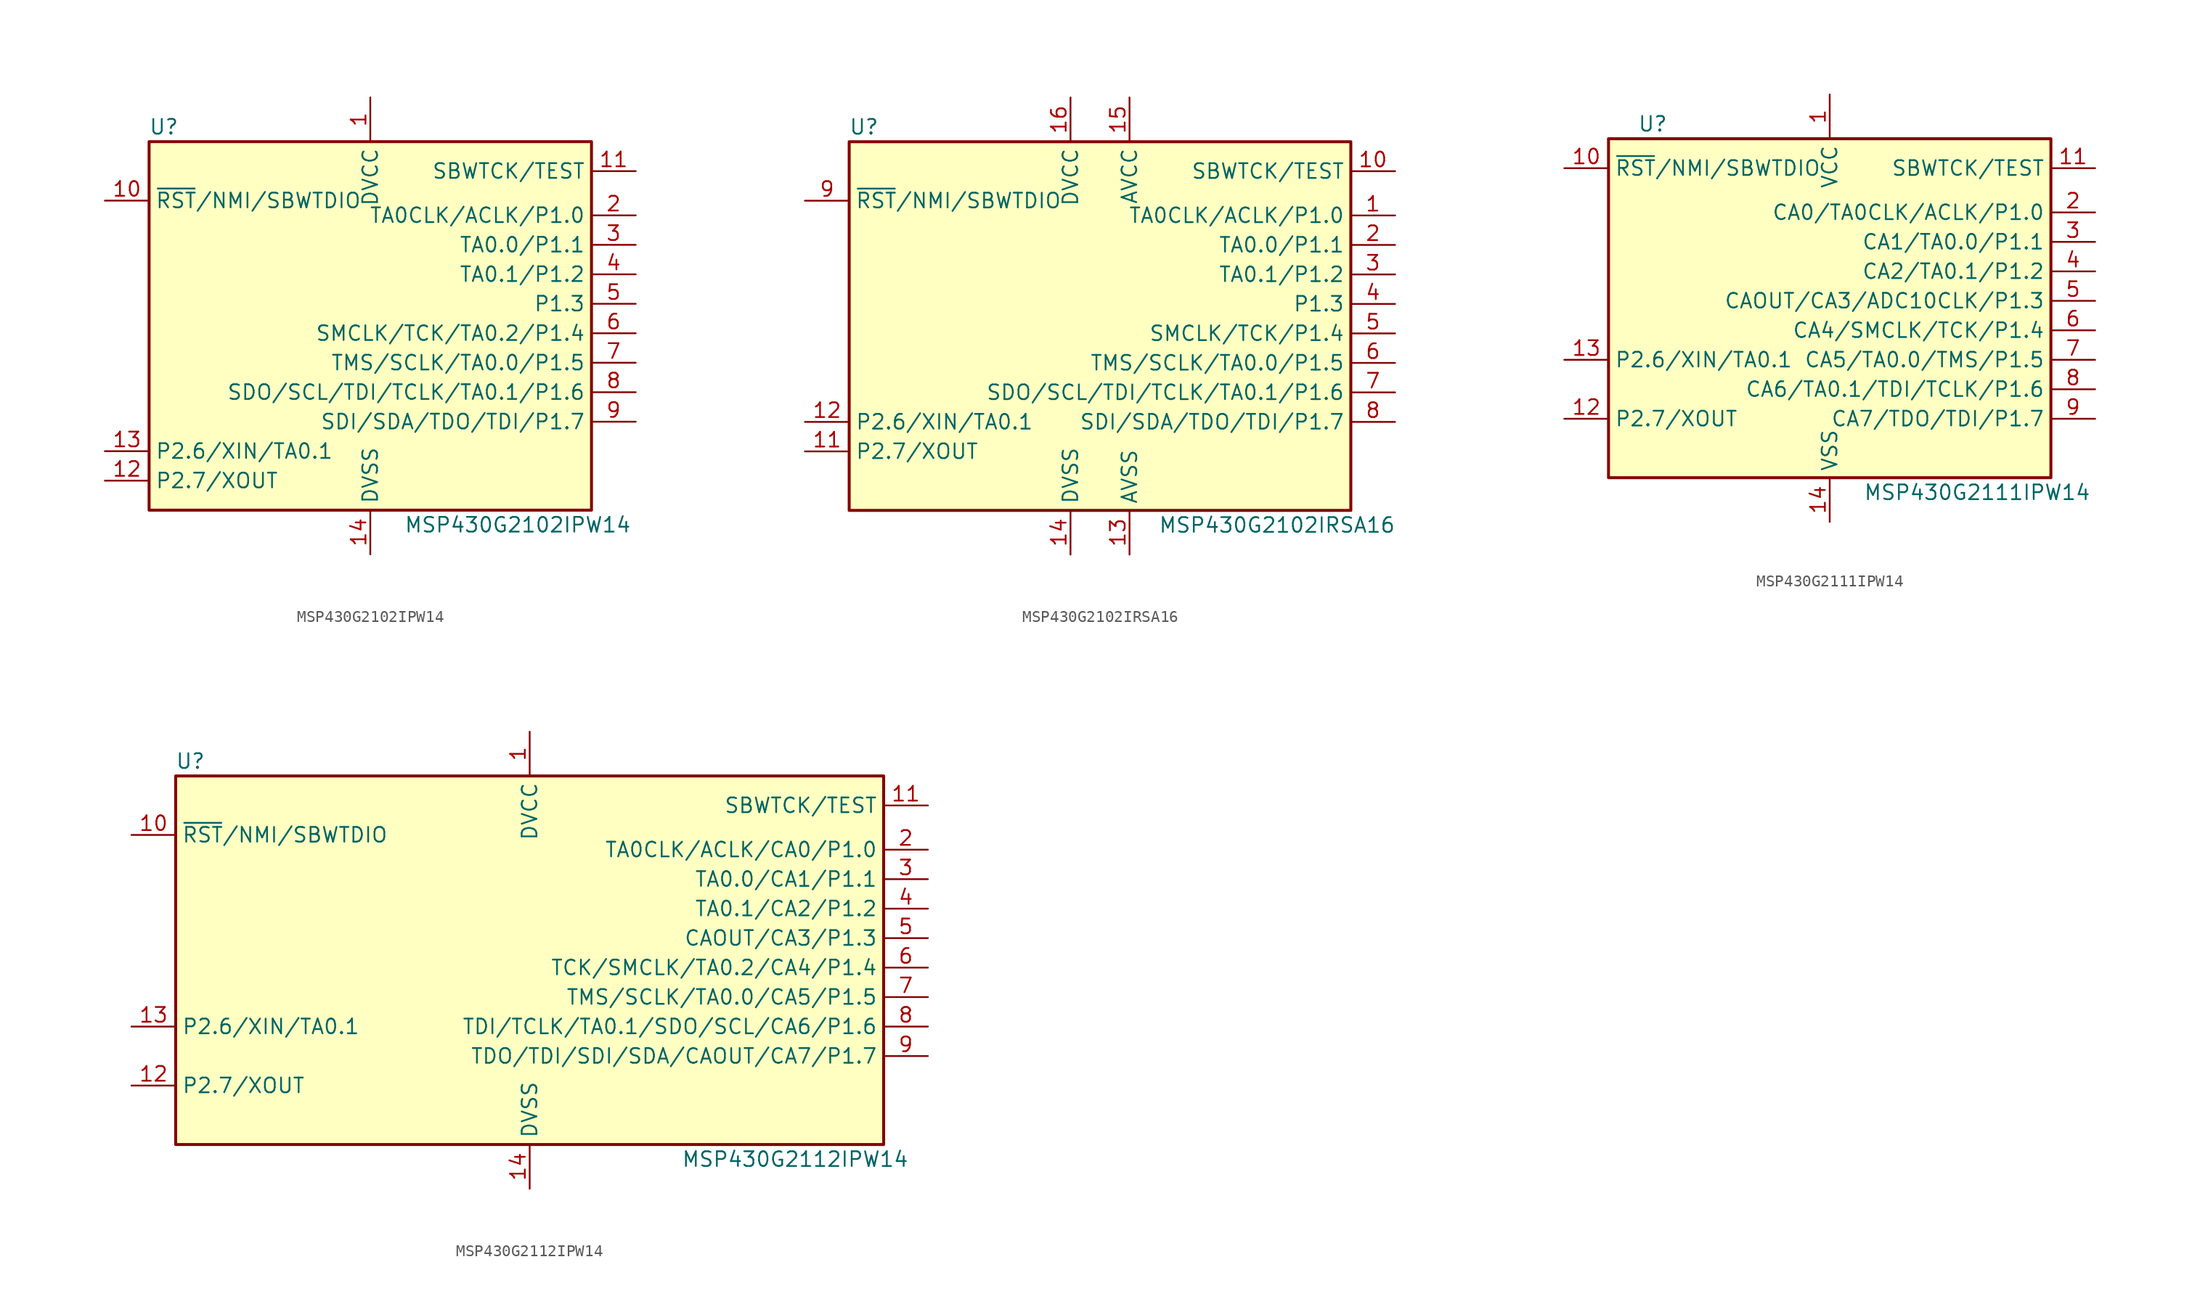
<source format=kicad_sym>
(kicad_symbol_lib
  (version 20201005)
  (generator kicad_symbol_editor)
  (symbol "MSP430G2102IPW14"
    (property "Reference" "U"
      (at -17.78 17.78 0)
      (effects (font (size 1.27 1.27))))
    (property "Value" "MSP430G2102IPW14"
      (at 12.7 -16.51 0)
      (effects (font (size 1.27 1.27))))
    (symbol "MSP430G2102IPW14_0_1"
      (rectangle (start -19.05 16.51) (end 19.05 -15.24) (stroke (width 0.254)) (fill (type background))))
    (symbol "MSP430G2102IPW14_1_1"
      (pin power_in line (at 0 20.32 270) (length 3.81) (name "DVCC" (effects (font (size 1.27 1.27)))) (number "1" (effects (font (size 1.27 1.27)))))
      (pin input line (at -22.86 11.43 0) (length 3.81) (name "~RST~/NMI/SBWTDIO" (effects (font (size 1.27 1.27)))) (number "10" (effects (font (size 1.27 1.27)))))
      (pin input line (at 22.86 13.97 180) (length 3.81) (name "SBWTCK/TEST" (effects (font (size 1.27 1.27)))) (number "11" (effects (font (size 1.27 1.27)))))
      (pin bidirectional line (at -22.86 -12.7 0) (length 3.81) (name "P2.7/XOUT" (effects (font (size 1.27 1.27)))) (number "12" (effects (font (size 1.27 1.27)))))
      (pin bidirectional line (at -22.86 -10.16 0) (length 3.81) (name "P2.6/XIN/TA0.1" (effects (font (size 1.27 1.27)))) (number "13" (effects (font (size 1.27 1.27)))))
      (pin power_in line (at 0 -19.05 90) (length 3.81) (name "DVSS" (effects (font (size 1.27 1.27)))) (number "14" (effects (font (size 1.27 1.27)))))
      (pin bidirectional line (at 22.86 10.16 180) (length 3.81) (name "TA0CLK/ACLK/P1.0" (effects (font (size 1.27 1.27)))) (number "2" (effects (font (size 1.27 1.27)))))
      (pin bidirectional line (at 22.86 7.62 180) (length 3.81) (name "TA0.0/P1.1" (effects (font (size 1.27 1.27)))) (number "3" (effects (font (size 1.27 1.27)))))
      (pin bidirectional line (at 22.86 5.08 180) (length 3.81) (name "TA0.1/P1.2" (effects (font (size 1.27 1.27)))) (number "4" (effects (font (size 1.27 1.27)))))
      (pin bidirectional line (at 22.86 2.54 180) (length 3.81) (name "P1.3" (effects (font (size 1.27 1.27)))) (number "5" (effects (font (size 1.27 1.27)))))
      (pin bidirectional line (at 22.86 0 180) (length 3.81) (name "SMCLK/TCK/TA0.2/P1.4" (effects (font (size 1.27 1.27)))) (number "6" (effects (font (size 1.27 1.27)))))
      (pin bidirectional line (at 22.86 -2.54 180) (length 3.81) (name "TMS/SCLK/TA0.0/P1.5" (effects (font (size 1.27 1.27)))) (number "7" (effects (font (size 1.27 1.27)))))
      (pin bidirectional line (at 22.86 -5.08 180) (length 3.81) (name "SDO/SCL/TDI/TCLK/TA0.1/P1.6" (effects (font (size 1.27 1.27)))) (number "8" (effects (font (size 1.27 1.27)))))
      (pin bidirectional line (at 22.86 -7.62 180) (length 3.81) (name "SDI/SDA/TDO/TDI/P1.7" (effects (font (size 1.27 1.27)))) (number "9" (effects (font (size 1.27 1.27)))))))
  (symbol "MSP430G2102IRSA16"
    (property "Reference" "U"
      (at -20.32 17.78 0)
      (effects (font (size 1.27 1.27))))
    (property "Value" "MSP430G2102IRSA16"
      (at 15.24 -16.51 0)
      (effects (font (size 1.27 1.27))))
    (symbol "MSP430G2102IRSA16_0_1"
      (rectangle (start -21.59 16.51) (end 21.59 -15.24) (stroke (width 0.254)) (fill (type background))))
    (symbol "MSP430G2102IRSA16_1_1"
      (pin bidirectional line (at 25.4 10.16 180) (length 3.81) (name "TA0CLK/ACLK/P1.0" (effects (font (size 1.27 1.27)))) (number "1" (effects (font (size 1.27 1.27)))))
      (pin input line (at 25.4 13.97 180) (length 3.81) (name "SBWTCK/TEST" (effects (font (size 1.27 1.27)))) (number "10" (effects (font (size 1.27 1.27)))))
      (pin bidirectional line (at -25.4 -10.16 0) (length 3.81) (name "P2.7/XOUT" (effects (font (size 1.27 1.27)))) (number "11" (effects (font (size 1.27 1.27)))))
      (pin bidirectional line (at -25.4 -7.62 0) (length 3.81) (name "P2.6/XIN/TA0.1" (effects (font (size 1.27 1.27)))) (number "12" (effects (font (size 1.27 1.27)))))
      (pin power_in line (at 2.54 -19.05 90) (length 3.81) (name "AVSS" (effects (font (size 1.27 1.27)))) (number "13" (effects (font (size 1.27 1.27)))))
      (pin power_in line (at -2.54 -19.05 90) (length 3.81) (name "DVSS" (effects (font (size 1.27 1.27)))) (number "14" (effects (font (size 1.27 1.27)))))
      (pin power_in line (at 2.54 20.32 270) (length 3.81) (name "AVCC" (effects (font (size 1.27 1.27)))) (number "15" (effects (font (size 1.27 1.27)))))
      (pin power_in line (at -2.54 20.32 270) (length 3.81) (name "DVCC" (effects (font (size 1.27 1.27)))) (number "16" (effects (font (size 1.27 1.27)))))
      (pin bidirectional line (at 25.4 7.62 180) (length 3.81) (name "TA0.0/P1.1" (effects (font (size 1.27 1.27)))) (number "2" (effects (font (size 1.27 1.27)))))
      (pin bidirectional line (at 25.4 5.08 180) (length 3.81) (name "TA0.1/P1.2" (effects (font (size 1.27 1.27)))) (number "3" (effects (font (size 1.27 1.27)))))
      (pin bidirectional line (at 25.4 2.54 180) (length 3.81) (name "P1.3" (effects (font (size 1.27 1.27)))) (number "4" (effects (font (size 1.27 1.27)))))
      (pin bidirectional line (at 25.4 0 180) (length 3.81) (name "SMCLK/TCK/P1.4" (effects (font (size 1.27 1.27)))) (number "5" (effects (font (size 1.27 1.27)))))
      (pin bidirectional line (at 25.4 -2.54 180) (length 3.81) (name "TMS/SCLK/TA0.0/P1.5" (effects (font (size 1.27 1.27)))) (number "6" (effects (font (size 1.27 1.27)))))
      (pin bidirectional line (at 25.4 -5.08 180) (length 3.81) (name "SDO/SCL/TDI/TCLK/TA0.1/P1.6" (effects (font (size 1.27 1.27)))) (number "7" (effects (font (size 1.27 1.27)))))
      (pin bidirectional line (at 25.4 -7.62 180) (length 3.81) (name "SDI/SDA/TDO/TDI/P1.7" (effects (font (size 1.27 1.27)))) (number "8" (effects (font (size 1.27 1.27)))))
      (pin input line (at -25.4 11.43 0) (length 3.81) (name "~RST~/NMI/SBWTDIO" (effects (font (size 1.27 1.27)))) (number "9" (effects (font (size 1.27 1.27)))))))
  (symbol "MSP430G2111IPW14"
    (property "Reference" "U"
      (at -15.24 15.24 0)
      (effects (font (size 1.27 1.27))))
    (property "Value" "MSP430G2111IPW14"
      (at 12.7 -16.51 0)
      (effects (font (size 1.27 1.27))))
    (symbol "MSP430G2111IPW14_0_1"
      (rectangle (start -19.05 13.97) (end 19.05 -15.24) (stroke (width 0.254)) (fill (type background))))
    (symbol "MSP430G2111IPW14_1_1"
      (pin power_in line (at 0 17.78 270) (length 3.81) (name "VCC" (effects (font (size 1.27 1.27)))) (number "1" (effects (font (size 1.27 1.27)))))
      (pin input line (at -22.86 11.43 0) (length 3.81) (name "~RST~/NMI/SBWTDIO" (effects (font (size 1.27 1.27)))) (number "10" (effects (font (size 1.27 1.27)))))
      (pin input line (at 22.86 11.43 180) (length 3.81) (name "SBWTCK/TEST" (effects (font (size 1.27 1.27)))) (number "11" (effects (font (size 1.27 1.27)))))
      (pin bidirectional line (at -22.86 -10.16 0) (length 3.81) (name "P2.7/XOUT" (effects (font (size 1.27 1.27)))) (number "12" (effects (font (size 1.27 1.27)))))
      (pin bidirectional line (at -22.86 -5.08 0) (length 3.81) (name "P2.6/XIN/TA0.1" (effects (font (size 1.27 1.27)))) (number "13" (effects (font (size 1.27 1.27)))))
      (pin power_in line (at 0 -19.05 90) (length 3.81) (name "VSS" (effects (font (size 1.27 1.27)))) (number "14" (effects (font (size 1.27 1.27)))))
      (pin bidirectional line (at 22.86 7.62 180) (length 3.81) (name "CA0/TA0CLK/ACLK/P1.0" (effects (font (size 1.27 1.27)))) (number "2" (effects (font (size 1.27 1.27)))))
      (pin bidirectional line (at 22.86 5.08 180) (length 3.81) (name "CA1/TA0.0/P1.1" (effects (font (size 1.27 1.27)))) (number "3" (effects (font (size 1.27 1.27)))))
      (pin bidirectional line (at 22.86 2.54 180) (length 3.81) (name "CA2/TA0.1/P1.2" (effects (font (size 1.27 1.27)))) (number "4" (effects (font (size 1.27 1.27)))))
      (pin bidirectional line (at 22.86 0 180) (length 3.81) (name "CAOUT/CA3/ADC10CLK/P1.3" (effects (font (size 1.27 1.27)))) (number "5" (effects (font (size 1.27 1.27)))))
      (pin bidirectional line (at 22.86 -2.54 180) (length 3.81) (name "CA4/SMCLK/TCK/P1.4" (effects (font (size 1.27 1.27)))) (number "6" (effects (font (size 1.27 1.27)))))
      (pin bidirectional line (at 22.86 -5.08 180) (length 3.81) (name "CA5/TA0.0/TMS/P1.5" (effects (font (size 1.27 1.27)))) (number "7" (effects (font (size 1.27 1.27)))))
      (pin bidirectional line (at 22.86 -7.62 180) (length 3.81) (name "CA6/TA0.1/TDI/TCLK/P1.6" (effects (font (size 1.27 1.27)))) (number "8" (effects (font (size 1.27 1.27)))))
      (pin bidirectional line (at 22.86 -10.16 180) (length 3.81) (name "CA7/TDO/TDI/P1.7" (effects (font (size 1.27 1.27)))) (number "9" (effects (font (size 1.27 1.27)))))))
  (symbol "MSP430G2112IPW14"
    (property "Reference" "U"
      (at -29.21 17.78 0)
      (effects (font (size 1.27 1.27))))
    (property "Value" "MSP430G2112IPW14"
      (at 22.86 -16.51 0)
      (effects (font (size 1.27 1.27))))
    (symbol "MSP430G2112IPW14_0_1"
      (rectangle (start -30.48 16.51) (end 30.48 -15.24) (stroke (width 0.254)) (fill (type background))))
    (symbol "MSP430G2112IPW14_1_1"
      (pin power_in line (at 0 20.32 270) (length 3.81) (name "DVCC" (effects (font (size 1.27 1.27)))) (number "1" (effects (font (size 1.27 1.27)))))
      (pin input line (at -34.29 11.43 0) (length 3.81) (name "~RST~/NMI/SBWTDIO" (effects (font (size 1.27 1.27)))) (number "10" (effects (font (size 1.27 1.27)))))
      (pin input line (at 34.29 13.97 180) (length 3.81) (name "SBWTCK/TEST" (effects (font (size 1.27 1.27)))) (number "11" (effects (font (size 1.27 1.27)))))
      (pin bidirectional line (at -34.29 -10.16 0) (length 3.81) (name "P2.7/XOUT" (effects (font (size 1.27 1.27)))) (number "12" (effects (font (size 1.27 1.27)))))
      (pin bidirectional line (at -34.29 -5.08 0) (length 3.81) (name "P2.6/XIN/TA0.1" (effects (font (size 1.27 1.27)))) (number "13" (effects (font (size 1.27 1.27)))))
      (pin power_in line (at 0 -19.05 90) (length 3.81) (name "DVSS" (effects (font (size 1.27 1.27)))) (number "14" (effects (font (size 1.27 1.27)))))
      (pin bidirectional line (at 34.29 10.16 180) (length 3.81) (name "TA0CLK/ACLK/CA0/P1.0" (effects (font (size 1.27 1.27)))) (number "2" (effects (font (size 1.27 1.27)))))
      (pin bidirectional line (at 34.29 7.62 180) (length 3.81) (name "TA0.0/CA1/P1.1" (effects (font (size 1.27 1.27)))) (number "3" (effects (font (size 1.27 1.27)))))
      (pin bidirectional line (at 34.29 5.08 180) (length 3.81) (name "TA0.1/CA2/P1.2" (effects (font (size 1.27 1.27)))) (number "4" (effects (font (size 1.27 1.27)))))
      (pin bidirectional line (at 34.29 2.54 180) (length 3.81) (name "CAOUT/CA3/P1.3" (effects (font (size 1.27 1.27)))) (number "5" (effects (font (size 1.27 1.27)))))
      (pin bidirectional line (at 34.29 0 180) (length 3.81) (name "TCK/SMCLK/TA0.2/CA4/P1.4" (effects (font (size 1.27 1.27)))) (number "6" (effects (font (size 1.27 1.27)))))
      (pin bidirectional line (at 34.29 -2.54 180) (length 3.81) (name "TMS/SCLK/TA0.0/CA5/P1.5" (effects (font (size 1.27 1.27)))) (number "7" (effects (font (size 1.27 1.27)))))
      (pin bidirectional line (at 34.29 -5.08 180) (length 3.81) (name "TDI/TCLK/TA0.1/SDO/SCL/CA6/P1.6" (effects (font (size 1.27 1.27)))) (number "8" (effects (font (size 1.27 1.27)))))
      (pin bidirectional line (at 34.29 -7.62 180) (length 3.81) (name "TDO/TDI/SDI/SDA/CAOUT/CA7/P1.7" (effects (font (size 1.27 1.27)))) (number "9" (effects (font (size 1.27 1.27))))))))
</source>
